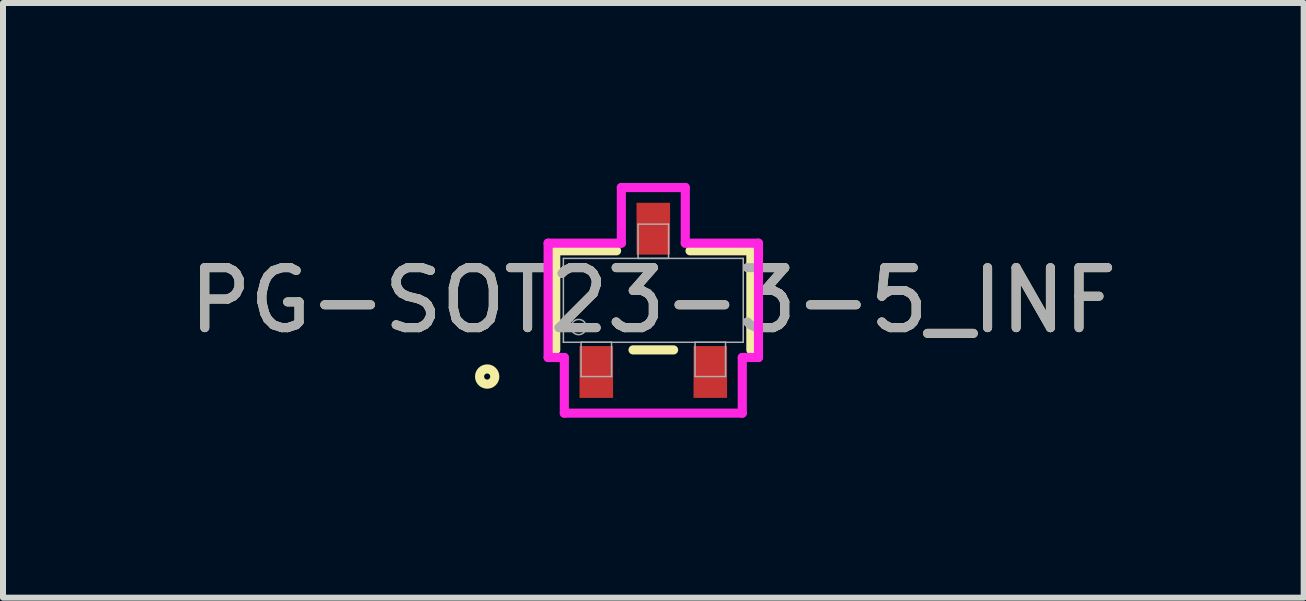
<source format=kicad_pcb>
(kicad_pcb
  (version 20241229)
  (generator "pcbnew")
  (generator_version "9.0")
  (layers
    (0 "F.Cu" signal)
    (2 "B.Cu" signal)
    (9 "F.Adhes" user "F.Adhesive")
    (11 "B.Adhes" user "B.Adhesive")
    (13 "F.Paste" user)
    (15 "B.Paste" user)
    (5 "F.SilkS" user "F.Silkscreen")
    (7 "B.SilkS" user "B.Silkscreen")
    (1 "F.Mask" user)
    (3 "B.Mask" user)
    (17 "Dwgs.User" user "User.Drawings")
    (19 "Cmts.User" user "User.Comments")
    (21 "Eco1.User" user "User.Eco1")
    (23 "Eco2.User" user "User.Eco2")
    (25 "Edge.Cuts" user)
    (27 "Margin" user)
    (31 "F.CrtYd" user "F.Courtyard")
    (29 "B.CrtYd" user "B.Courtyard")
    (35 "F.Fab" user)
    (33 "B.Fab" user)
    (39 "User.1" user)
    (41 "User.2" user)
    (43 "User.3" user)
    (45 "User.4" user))
  (footprint "PG-SOT23-3-5_INF"
    (layer "F.Cu")
    (at 7.839 1.956)
    (property "Reference" "PG-SOT23-3-5_INF" (at 0 0 0) (unlocked yes) (layer "F.SilkS") (effects (font (size 1 1) (thickness 0.15))))
    (attr smd)
    (fp_line (start -1.626 -0.826) (end -1.626 0.826) (stroke (width 0.152) (type solid)) (layer "F.SilkS"))
    (fp_line (start -0.612 -0.826) (end -1.626 -0.826) (stroke (width 0.152) (type solid)) (layer "F.SilkS"))
    (fp_line (start -0.338 0.826) (end 0.338 0.826) (stroke (width 0.152) (type solid)) (layer "F.SilkS"))
    (fp_line (start 1.626 -0.826) (end 0.612 -0.826) (stroke (width 0.152) (type solid)) (layer "F.SilkS"))
    (fp_line (start 1.626 0.826) (end 1.626 -0.826) (stroke (width 0.152) (type solid)) (layer "F.SilkS"))
    (fp_circle (center -2.769 1.27) (end -2.642 1.27) (stroke (width 0.152) (type solid)) (fill no) (layer "F.SilkS"))
    (fp_line (start -1.753 -0.953) (end -0.533 -0.953) (stroke (width 0.152) (type solid)) (layer "F.CrtYd"))
    (fp_line (start -1.753 0.953) (end -1.753 -0.953) (stroke (width 0.152) (type solid)) (layer "F.CrtYd"))
    (fp_line (start -1.753 0.953) (end -1.483 0.953) (stroke (width 0.152) (type solid)) (layer "F.CrtYd"))
    (fp_line (start -1.483 0.953) (end -1.483 1.88) (stroke (width 0.152) (type solid)) (layer "F.CrtYd"))
    (fp_line (start -1.483 1.88) (end 1.483 1.88) (stroke (width 0.152) (type solid)) (layer "F.CrtYd"))
    (fp_line (start -0.533 -1.88) (end 0.533 -1.88) (stroke (width 0.152) (type solid)) (layer "F.CrtYd"))
    (fp_line (start -0.533 -0.953) (end -0.533 -1.88) (stroke (width 0.152) (type solid)) (layer "F.CrtYd"))
    (fp_line (start 0.533 -0.953) (end 0.533 -1.88) (stroke (width 0.152) (type solid)) (layer "F.CrtYd"))
    (fp_line (start 1.483 0.953) (end 1.483 1.88) (stroke (width 0.152) (type solid)) (layer "F.CrtYd"))
    (fp_line (start 1.753 -0.953) (end 0.533 -0.953) (stroke (width 0.152) (type solid)) (layer "F.CrtYd"))
    (fp_line (start 1.753 -0.953) (end 1.753 0.953) (stroke (width 0.152) (type solid)) (layer "F.CrtYd"))
    (fp_line (start 1.753 0.953) (end 1.483 0.953) (stroke (width 0.152) (type solid)) (layer "F.CrtYd"))
    (fp_line (start -1.499 -0.699) (end -1.499 0.699) (stroke (width 0.025) (type solid)) (layer "F.Fab"))
    (fp_line (start -1.499 0.699) (end 1.499 0.699) (stroke (width 0.025) (type solid)) (layer "F.Fab"))
    (fp_line (start -1.204 0.699) (end -1.204 1.27) (stroke (width 0.025) (type solid)) (layer "F.Fab"))
    (fp_line (start -1.204 1.27) (end -0.696 1.27) (stroke (width 0.025) (type solid)) (layer "F.Fab"))
    (fp_line (start -0.696 0.699) (end -1.204 0.699) (stroke (width 0.025) (type solid)) (layer "F.Fab"))
    (fp_line (start -0.696 1.27) (end -0.696 0.699) (stroke (width 0.025) (type solid)) (layer "F.Fab"))
    (fp_line (start -0.254 -1.27) (end -0.254 -0.699) (stroke (width 0.025) (type solid)) (layer "F.Fab"))
    (fp_line (start -0.254 -0.699) (end 0.254 -0.699) (stroke (width 0.025) (type solid)) (layer "F.Fab"))
    (fp_line (start 0.254 -1.27) (end -0.254 -1.27) (stroke (width 0.025) (type solid)) (layer "F.Fab"))
    (fp_line (start 0.254 -0.699) (end 0.254 -1.27) (stroke (width 0.025) (type solid)) (layer "F.Fab"))
    (fp_line (start 0.696 0.699) (end 0.696 1.27) (stroke (width 0.025) (type solid)) (layer "F.Fab"))
    (fp_line (start 0.696 1.27) (end 1.204 1.27) (stroke (width 0.025) (type solid)) (layer "F.Fab"))
    (fp_line (start 1.204 0.699) (end 0.696 0.699) (stroke (width 0.025) (type solid)) (layer "F.Fab"))
    (fp_line (start 1.204 1.27) (end 1.204 0.699) (stroke (width 0.025) (type solid)) (layer "F.Fab"))
    (fp_line (start 1.499 -0.699) (end -1.499 -0.699) (stroke (width 0.025) (type solid)) (layer "F.Fab"))
    (fp_line (start 1.499 0.699) (end 1.499 -0.699) (stroke (width 0.025) (type solid)) (layer "F.Fab"))
    (fp_circle (center -1.245 0.445) (end -1.118 0.445) (stroke (width 0.025) (type solid)) (fill no) (layer "F.Fab"))
    (fp_text user "${REFERENCE}" (at 0 0 0) (unlocked yes) (layer "F.Fab") (effects (font (size 1 1) (thickness 0.15))))
    (pad "1" smd rect (at -0.95 1.194) (size 0.559 0.864) (layers "F.Cu" "F.Mask" "F.Paste"))
    (pad "2" smd rect (at 0.95 1.194) (size 0.559 0.864) (layers "F.Cu" "F.Mask" "F.Paste"))
    (pad "3" smd rect (at 0 -1.194) (size 0.559 0.864) (layers "F.Cu" "F.Mask" "F.Paste")))
  (gr_rect
    (start -3 -3)
    (end 18.679 6.912)
    (stroke (width 0.1) (type default))
    (fill no)
    (layer "Edge.Cuts")))
</source>
